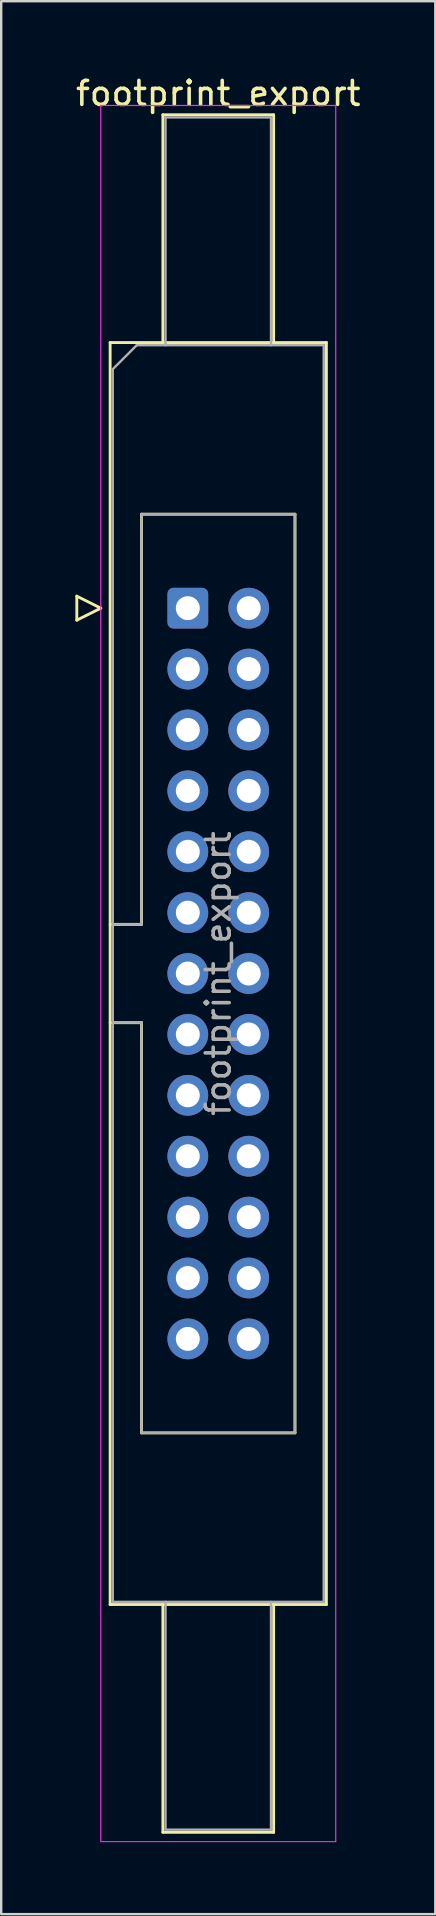
<source format=kicad_pcb>
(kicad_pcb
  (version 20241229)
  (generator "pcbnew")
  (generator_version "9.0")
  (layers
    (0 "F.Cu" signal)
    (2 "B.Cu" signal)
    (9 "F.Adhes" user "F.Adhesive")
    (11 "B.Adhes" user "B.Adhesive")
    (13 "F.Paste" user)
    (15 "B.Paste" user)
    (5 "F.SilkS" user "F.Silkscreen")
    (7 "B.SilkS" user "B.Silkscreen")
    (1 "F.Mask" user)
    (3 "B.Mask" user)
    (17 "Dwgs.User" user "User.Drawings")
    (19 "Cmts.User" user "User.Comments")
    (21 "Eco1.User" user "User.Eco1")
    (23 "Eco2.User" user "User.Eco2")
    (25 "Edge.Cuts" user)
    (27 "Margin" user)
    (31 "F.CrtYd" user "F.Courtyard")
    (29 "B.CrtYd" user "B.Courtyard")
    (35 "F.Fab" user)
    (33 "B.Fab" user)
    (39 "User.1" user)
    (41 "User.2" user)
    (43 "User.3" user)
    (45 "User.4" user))
  (footprint "footprint_export"
    (layer "F.Cu")
    (at 4.784 22.318)
    (property "Reference" "footprint_export" (at 1.27 -21.47 0) (layer "F.SilkS") (effects (font (size 1 1) (thickness 0.15))))
    (attr through_hole)
    (fp_line (start -4.63 -0.5) (end -4.63 0.5) (stroke (width 0.12) (type solid)) (layer "F.SilkS"))
    (fp_line (start -4.63 0.5) (end -3.63 0) (stroke (width 0.12) (type solid)) (layer "F.SilkS"))
    (fp_line (start -3.63 0) (end -4.63 -0.5) (stroke (width 0.12) (type solid)) (layer "F.SilkS"))
    (fp_line (start -3.24 -11.08) (end 5.78 -11.08) (stroke (width 0.12) (type solid)) (layer "F.SilkS"))
    (fp_line (start -3.24 13.19) (end -1.93 13.19) (stroke (width 0.12) (type solid)) (layer "F.SilkS"))
    (fp_line (start -3.24 41.56) (end -3.24 -11.08) (stroke (width 0.12) (type solid)) (layer "F.SilkS"))
    (fp_line (start -1.93 -3.92) (end 4.47 -3.92) (stroke (width 0.12) (type solid)) (layer "F.SilkS"))
    (fp_line (start -1.93 13.19) (end -1.93 -3.92) (stroke (width 0.12) (type solid)) (layer "F.SilkS"))
    (fp_line (start -1.93 17.29) (end -3.24 17.29) (stroke (width 0.12) (type solid)) (layer "F.SilkS"))
    (fp_line (start -1.93 17.29) (end -1.93 17.29) (stroke (width 0.12) (type solid)) (layer "F.SilkS"))
    (fp_line (start -1.93 34.4) (end -1.93 17.29) (stroke (width 0.12) (type solid)) (layer "F.SilkS"))
    (fp_line (start -1.04 -20.58) (end 3.58 -20.58) (stroke (width 0.12) (type solid)) (layer "F.SilkS"))
    (fp_line (start -1.04 -11.08) (end -1.04 -20.58) (stroke (width 0.12) (type solid)) (layer "F.SilkS"))
    (fp_line (start -1.04 41.56) (end -1.04 51.06) (stroke (width 0.12) (type solid)) (layer "F.SilkS"))
    (fp_line (start -1.04 51.06) (end 3.58 51.06) (stroke (width 0.12) (type solid)) (layer "F.SilkS"))
    (fp_line (start 3.58 -20.58) (end 3.58 -11.08) (stroke (width 0.12) (type solid)) (layer "F.SilkS"))
    (fp_line (start 3.58 51.06) (end 3.58 41.56) (stroke (width 0.12) (type solid)) (layer "F.SilkS"))
    (fp_line (start 4.47 -3.92) (end 4.47 34.4) (stroke (width 0.12) (type solid)) (layer "F.SilkS"))
    (fp_line (start 4.47 34.4) (end -1.93 34.4) (stroke (width 0.12) (type solid)) (layer "F.SilkS"))
    (fp_line (start 5.78 -11.08) (end 5.78 41.56) (stroke (width 0.12) (type solid)) (layer "F.SilkS"))
    (fp_line (start 5.78 41.56) (end -3.24 41.56) (stroke (width 0.12) (type solid)) (layer "F.SilkS"))
    (fp_line (start -3.63 -20.97) (end -3.63 51.45) (stroke (width 0.05) (type solid)) (layer "F.CrtYd"))
    (fp_line (start -3.63 51.45) (end 6.17 51.45) (stroke (width 0.05) (type solid)) (layer "F.CrtYd"))
    (fp_line (start 6.17 -20.97) (end -3.63 -20.97) (stroke (width 0.05) (type solid)) (layer "F.CrtYd"))
    (fp_line (start 6.17 51.45) (end 6.17 -20.97) (stroke (width 0.05) (type solid)) (layer "F.CrtYd"))
    (fp_line (start -3.13 -9.97) (end -2.13 -10.97) (stroke (width 0.1) (type solid)) (layer "F.Fab"))
    (fp_line (start -3.13 13.19) (end -1.93 13.19) (stroke (width 0.1) (type solid)) (layer "F.Fab"))
    (fp_line (start -3.13 41.45) (end -3.13 -9.97) (stroke (width 0.1) (type solid)) (layer "F.Fab"))
    (fp_line (start -2.13 -10.97) (end 5.67 -10.97) (stroke (width 0.1) (type solid)) (layer "F.Fab"))
    (fp_line (start -1.93 -3.92) (end 4.47 -3.92) (stroke (width 0.1) (type solid)) (layer "F.Fab"))
    (fp_line (start -1.93 13.19) (end -1.93 -3.92) (stroke (width 0.1) (type solid)) (layer "F.Fab"))
    (fp_line (start -1.93 17.29) (end -3.13 17.29) (stroke (width 0.1) (type solid)) (layer "F.Fab"))
    (fp_line (start -1.93 17.29) (end -1.93 17.29) (stroke (width 0.1) (type solid)) (layer "F.Fab"))
    (fp_line (start -1.93 34.4) (end -1.93 17.29) (stroke (width 0.1) (type solid)) (layer "F.Fab"))
    (fp_line (start -0.93 -20.47) (end 3.47 -20.47) (stroke (width 0.1) (type solid)) (layer "F.Fab"))
    (fp_line (start -0.93 -10.97) (end -0.93 -20.47) (stroke (width 0.1) (type solid)) (layer "F.Fab"))
    (fp_line (start -0.93 41.45) (end -0.93 50.95) (stroke (width 0.1) (type solid)) (layer "F.Fab"))
    (fp_line (start -0.93 50.95) (end 3.47 50.95) (stroke (width 0.1) (type solid)) (layer "F.Fab"))
    (fp_line (start 3.47 -20.47) (end 3.47 -10.97) (stroke (width 0.1) (type solid)) (layer "F.Fab"))
    (fp_line (start 3.47 50.95) (end 3.47 41.45) (stroke (width 0.1) (type solid)) (layer "F.Fab"))
    (fp_line (start 4.47 -3.92) (end 4.47 34.4) (stroke (width 0.1) (type solid)) (layer "F.Fab"))
    (fp_line (start 4.47 34.4) (end -1.93 34.4) (stroke (width 0.1) (type solid)) (layer "F.Fab"))
    (fp_line (start 5.67 -10.97) (end 5.67 41.45) (stroke (width 0.1) (type solid)) (layer "F.Fab"))
    (fp_line (start 5.67 41.45) (end -3.13 41.45) (stroke (width 0.1) (type solid)) (layer "F.Fab"))
    (fp_text user "${REFERENCE}" (at 1.27 15.24 90) (layer "F.Fab") (effects (font (size 1 1) (thickness 0.15))))
    (pad "1" thru_hole roundrect (at 0 0) (size 1.7 1.7) (drill 1) (layers "*.Cu" "*.Mask") (roundrect_rratio 0.147))
    (pad "2" thru_hole circle (at 2.54 0) (size 1.7 1.7) (drill 1) (layers "*.Cu" "*.Mask"))
    (pad "3" thru_hole circle (at 0 2.54) (size 1.7 1.7) (drill 1) (layers "*.Cu" "*.Mask"))
    (pad "4" thru_hole circle (at 2.54 2.54) (size 1.7 1.7) (drill 1) (layers "*.Cu" "*.Mask"))
    (pad "5" thru_hole circle (at 0 5.08) (size 1.7 1.7) (drill 1) (layers "*.Cu" "*.Mask"))
    (pad "6" thru_hole circle (at 2.54 5.08) (size 1.7 1.7) (drill 1) (layers "*.Cu" "*.Mask"))
    (pad "7" thru_hole circle (at 0 7.62) (size 1.7 1.7) (drill 1) (layers "*.Cu" "*.Mask"))
    (pad "8" thru_hole circle (at 2.54 7.62) (size 1.7 1.7) (drill 1) (layers "*.Cu" "*.Mask"))
    (pad "9" thru_hole circle (at 0 10.16) (size 1.7 1.7) (drill 1) (layers "*.Cu" "*.Mask"))
    (pad "10" thru_hole circle (at 2.54 10.16) (size 1.7 1.7) (drill 1) (layers "*.Cu" "*.Mask"))
    (pad "11" thru_hole circle (at 0 12.7) (size 1.7 1.7) (drill 1) (layers "*.Cu" "*.Mask"))
    (pad "12" thru_hole circle (at 2.54 12.7) (size 1.7 1.7) (drill 1) (layers "*.Cu" "*.Mask"))
    (pad "13" thru_hole circle (at 0 15.24) (size 1.7 1.7) (drill 1) (layers "*.Cu" "*.Mask"))
    (pad "14" thru_hole circle (at 2.54 15.24) (size 1.7 1.7) (drill 1) (layers "*.Cu" "*.Mask"))
    (pad "15" thru_hole circle (at 0 17.78) (size 1.7 1.7) (drill 1) (layers "*.Cu" "*.Mask"))
    (pad "16" thru_hole circle (at 2.54 17.78) (size 1.7 1.7) (drill 1) (layers "*.Cu" "*.Mask"))
    (pad "17" thru_hole circle (at 0 20.32) (size 1.7 1.7) (drill 1) (layers "*.Cu" "*.Mask"))
    (pad "18" thru_hole circle (at 2.54 20.32) (size 1.7 1.7) (drill 1) (layers "*.Cu" "*.Mask"))
    (pad "19" thru_hole circle (at 0 22.86) (size 1.7 1.7) (drill 1) (layers "*.Cu" "*.Mask"))
    (pad "20" thru_hole circle (at 2.54 22.86) (size 1.7 1.7) (drill 1) (layers "*.Cu" "*.Mask"))
    (pad "21" thru_hole circle (at 0 25.4) (size 1.7 1.7) (drill 1) (layers "*.Cu" "*.Mask"))
    (pad "22" thru_hole circle (at 2.54 25.4) (size 1.7 1.7) (drill 1) (layers "*.Cu" "*.Mask"))
    (pad "23" thru_hole circle (at 0 27.94) (size 1.7 1.7) (drill 1) (layers "*.Cu" "*.Mask"))
    (pad "24" thru_hole circle (at 2.54 27.94) (size 1.7 1.7) (drill 1) (layers "*.Cu" "*.Mask"))
    (pad "25" thru_hole circle (at 0 30.48) (size 1.7 1.7) (drill 1) (layers "*.Cu" "*.Mask"))
    (pad "26" thru_hole circle (at 2.54 30.48) (size 1.7 1.7) (drill 1) (layers "*.Cu" "*.Mask")))
  (gr_rect
    (start -3 -3)
    (end 15.107 76.793)
    (stroke (width 0.1) (type default))
    (fill no)
    (layer "Edge.Cuts")))
</source>
